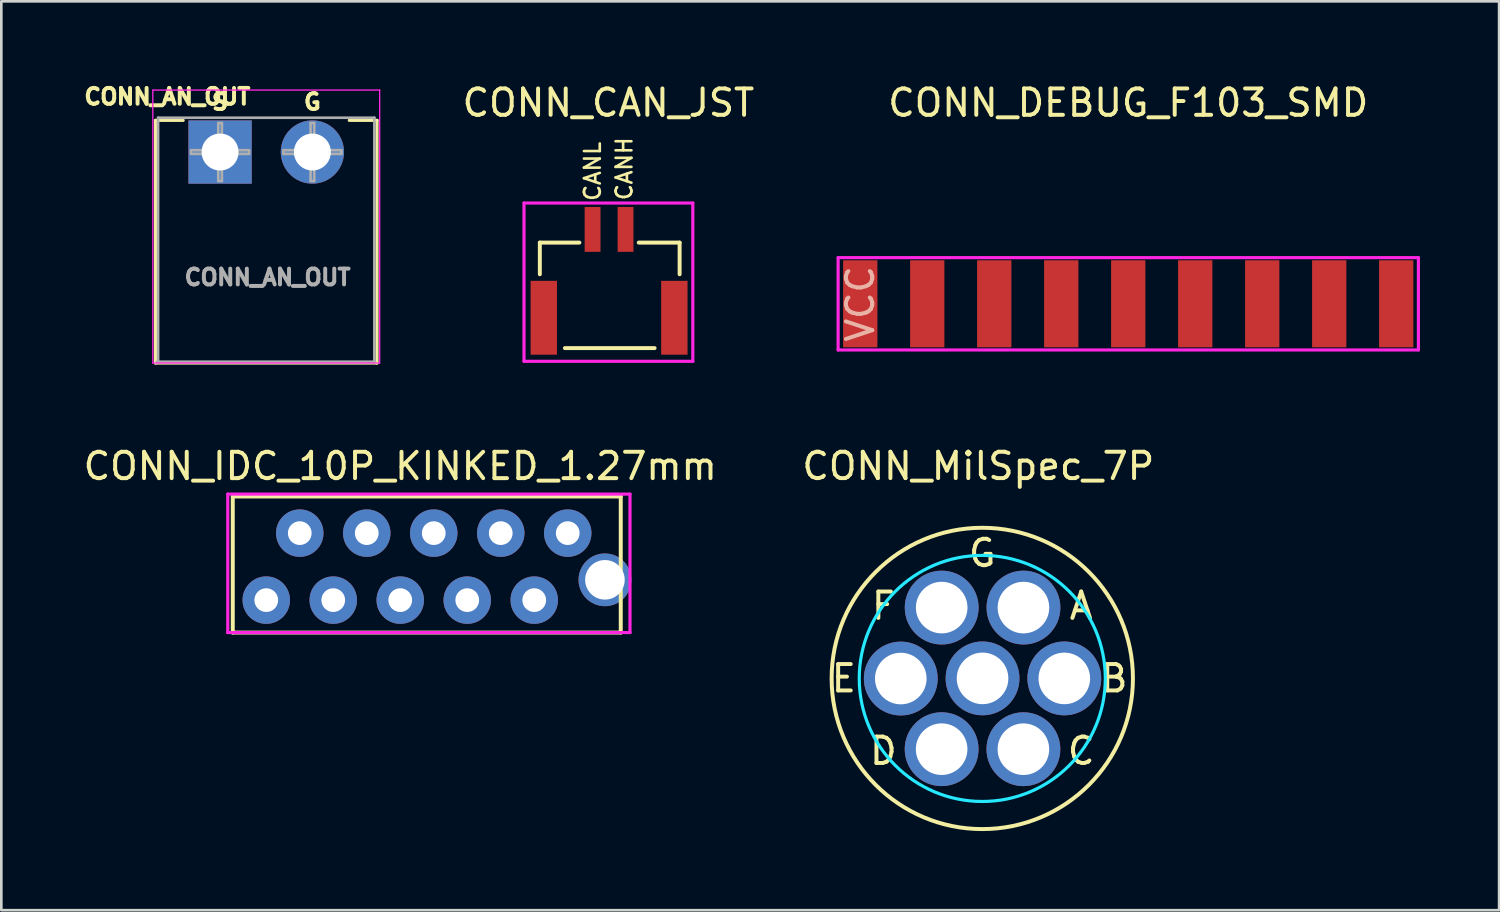
<source format=kicad_pcb>
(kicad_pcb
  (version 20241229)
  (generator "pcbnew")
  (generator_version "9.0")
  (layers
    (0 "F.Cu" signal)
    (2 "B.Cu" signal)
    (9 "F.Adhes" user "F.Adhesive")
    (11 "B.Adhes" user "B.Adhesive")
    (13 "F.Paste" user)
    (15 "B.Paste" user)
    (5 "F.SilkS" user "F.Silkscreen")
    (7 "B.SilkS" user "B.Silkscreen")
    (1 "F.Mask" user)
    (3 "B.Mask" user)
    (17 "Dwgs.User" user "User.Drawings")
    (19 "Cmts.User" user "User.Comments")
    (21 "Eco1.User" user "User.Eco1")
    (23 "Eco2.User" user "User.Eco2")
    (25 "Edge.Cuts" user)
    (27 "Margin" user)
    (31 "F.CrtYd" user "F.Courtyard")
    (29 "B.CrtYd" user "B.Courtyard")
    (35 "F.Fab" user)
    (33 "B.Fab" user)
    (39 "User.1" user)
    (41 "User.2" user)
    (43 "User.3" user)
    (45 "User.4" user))
  (footprint "CONN_CAN_JST"
    (layer "F.Cu")
    (at 20.017 8.348)
    (property "Reference" "CONN_CAN_JST" (at 0 -7.5 0) (layer "F.SilkS") (effects (font (size 1 1) (thickness 0.15))))
    (attr through_hole)
    (fp_line (start -2.6 -2.2) (end -1.1 -2.2) (stroke (width 0.15) (type solid)) (layer "F.SilkS"))
    (fp_line (start -2.6 -1) (end -2.6 -2.2) (stroke (width 0.15) (type solid)) (layer "F.SilkS"))
    (fp_line (start 1.15 -2.2) (end 2.7 -2.2) (stroke (width 0.15) (type solid)) (layer "F.SilkS"))
    (fp_line (start 1.75 1.8) (end -1.65 1.8) (stroke (width 0.15) (type solid)) (layer "F.SilkS"))
    (fp_line (start 2.7 -2.2) (end 2.7 -1) (stroke (width 0.15) (type solid)) (layer "F.SilkS"))
    (fp_line (start -3.2 -3.7) (end 3.2 -3.7) (stroke (width 0.12) (type solid)) (layer "F.CrtYd"))
    (fp_line (start -3.2 2.3) (end -3.2 -3.7) (stroke (width 0.12) (type solid)) (layer "F.CrtYd"))
    (fp_line (start 3.2 -3.7) (end 3.2 2.3) (stroke (width 0.12) (type solid)) (layer "F.CrtYd"))
    (fp_line (start 3.2 2.3) (end -3.2 2.3) (stroke (width 0.12) (type solid)) (layer "F.CrtYd"))
    (fp_text user "CANL" (at -0.6 -4.9 90) (layer "F.SilkS") (effects (font (size 0.6 0.6) (thickness 0.1))))
    (fp_text user "CANH" (at 0.6 -5 90) (layer "F.SilkS") (effects (font (size 0.6 0.6) (thickness 0.1))))
    (pad "" smd rect (at -2.45 0.65 90) (size 2.8 1) (layers "F.Cu" "F.Mask" "F.Paste"))
    (pad "" smd rect (at 2.5 0.65 90) (size 2.8 1) (layers "F.Cu" "F.Mask" "F.Paste"))
    (pad "1" smd rect (at -0.6 -2.7 90) (size 1.7 0.6) (layers "F.Cu" "F.Mask" "F.Paste"))
    (pad "2" smd rect (at 0.65 -2.7 90) (size 1.7 0.6) (layers "F.Cu" "F.Mask" "F.Paste")))
  (footprint "CONN_AN_OUT"
    (layer "F.Cu")
    (at 5.294 2.714)
    (property "Reference" "CONN_AN_OUT" (at -2 -2.1 0) (layer "F.SilkS") (effects (font (size 0.6 0.6) (thickness 0.15))))
    (attr through_hole)
    (fp_line (start -2.45 -1.2) (end -2.45 8) (stroke (width 0.12) (type solid)) (layer "F.SilkS"))
    (fp_line (start -2.45 -1.2) (end -1.4 -1.2) (stroke (width 0.12) (type solid)) (layer "F.SilkS"))
    (fp_line (start -2.45 8) (end 5.95 8) (stroke (width 0.12) (type solid)) (layer "F.SilkS"))
    (fp_line (start 4.9 -1.2) (end 5.95 -1.2) (stroke (width 0.12) (type solid)) (layer "F.SilkS"))
    (fp_line (start 5.95 -1.2) (end 5.95 8) (stroke (width 0.12) (type solid)) (layer "F.SilkS"))
    (fp_line (start -2.55 -2.35) (end -2.55 8) (stroke (width 0.05) (type solid)) (layer "F.CrtYd"))
    (fp_line (start -2.55 8) (end 6.05 8) (stroke (width 0.05) (type solid)) (layer "F.CrtYd"))
    (fp_line (start 6.05 -2.35) (end -2.55 -2.35) (stroke (width 0.05) (type solid)) (layer "F.CrtYd"))
    (fp_line (start 6.05 8) (end 6.05 -2.35) (stroke (width 0.05) (type solid)) (layer "F.CrtYd"))
    (fp_line (start -2.35 -1.3) (end 5.85 -1.3) (stroke (width 0.1) (type solid)) (layer "F.Fab"))
    (fp_line (start -2.35 7.95) (end -2.35 -1.3) (stroke (width 0.1) (type solid)) (layer "F.Fab"))
    (fp_line (start -1.1 -0.069) (end -0.069 -0.069) (stroke (width 0.1) (type solid)) (layer "F.Fab"))
    (fp_line (start -1.1 0.069) (end -1.1 -0.069) (stroke (width 0.1) (type solid)) (layer "F.Fab"))
    (fp_line (start -0.069 -1.1) (end 0.069 -1.1) (stroke (width 0.1) (type solid)) (layer "F.Fab"))
    (fp_line (start -0.069 -0.069) (end -0.069 -1.1) (stroke (width 0.1) (type solid)) (layer "F.Fab"))
    (fp_line (start -0.069 0.069) (end -1.1 0.069) (stroke (width 0.1) (type solid)) (layer "F.Fab"))
    (fp_line (start -0.069 1.1) (end -0.069 0.069) (stroke (width 0.1) (type solid)) (layer "F.Fab"))
    (fp_line (start 0.069 -1.1) (end 0.069 -0.069) (stroke (width 0.1) (type solid)) (layer "F.Fab"))
    (fp_line (start 0.069 -0.069) (end 1.1 -0.069) (stroke (width 0.1) (type solid)) (layer "F.Fab"))
    (fp_line (start 0.069 0.069) (end 0.069 1.1) (stroke (width 0.1) (type solid)) (layer "F.Fab"))
    (fp_line (start 0.069 1.1) (end -0.069 1.1) (stroke (width 0.1) (type solid)) (layer "F.Fab"))
    (fp_line (start 1.1 -0.069) (end 1.1 0.069) (stroke (width 0.1) (type solid)) (layer "F.Fab"))
    (fp_line (start 1.1 0.069) (end 0.069 0.069) (stroke (width 0.1) (type solid)) (layer "F.Fab"))
    (fp_line (start 2.4 -0.069) (end 3.431 -0.069) (stroke (width 0.1) (type solid)) (layer "F.Fab"))
    (fp_line (start 2.4 0.069) (end 2.4 -0.069) (stroke (width 0.1) (type solid)) (layer "F.Fab"))
    (fp_line (start 3.431 -1.1) (end 3.569 -1.1) (stroke (width 0.1) (type solid)) (layer "F.Fab"))
    (fp_line (start 3.431 -0.069) (end 3.431 -1.1) (stroke (width 0.1) (type solid)) (layer "F.Fab"))
    (fp_line (start 3.431 0.069) (end 2.4 0.069) (stroke (width 0.1) (type solid)) (layer "F.Fab"))
    (fp_line (start 3.431 1.1) (end 3.431 0.069) (stroke (width 0.1) (type solid)) (layer "F.Fab"))
    (fp_line (start 3.569 -1.1) (end 3.569 -0.069) (stroke (width 0.1) (type solid)) (layer "F.Fab"))
    (fp_line (start 3.569 -0.069) (end 4.6 -0.069) (stroke (width 0.1) (type solid)) (layer "F.Fab"))
    (fp_line (start 3.569 0.069) (end 3.569 1.1) (stroke (width 0.1) (type solid)) (layer "F.Fab"))
    (fp_line (start 3.569 1.1) (end 3.431 1.1) (stroke (width 0.1) (type solid)) (layer "F.Fab"))
    (fp_line (start 4.6 -0.069) (end 4.6 0.069) (stroke (width 0.1) (type solid)) (layer "F.Fab"))
    (fp_line (start 4.6 0.069) (end 3.569 0.069) (stroke (width 0.1) (type solid)) (layer "F.Fab"))
    (fp_line (start 5.85 -1.3) (end 5.85 7.95) (stroke (width 0.1) (type solid)) (layer "F.Fab"))
    (fp_line (start 5.85 7.95) (end -2.4 7.95) (stroke (width 0.1) (type solid)) (layer "F.Fab"))
    (fp_text user "G" (at 3.5 -1.9 180) (layer "F.SilkS") (effects (font (size 0.6 0.6) (thickness 0.15))))
    (fp_text user "S" (at 0 -1.9 180) (layer "F.SilkS") (effects (font (size 0.6 0.6) (thickness 0.15))))
    (fp_text user "${REFERENCE}" (at 1.8 4.75 0) (layer "F.Fab") (effects (font (size 0.6 0.6) (thickness 0.15))))
    (pad "1" thru_hole rect (at 0 0) (size 2.4 2.4) (drill 1.4) (layers "*.Cu" "*.Mask"))
    (pad "2" thru_hole circle (at 3.5 0) (size 2.4 2.4) (drill 1.4) (layers "*.Cu" "*.Mask")))
  (footprint "CONN_IDC_10P_KINKED_1.27mm"
    (layer "F.Cu")
    (at 9.585 18.433)
    (property "Reference" "CONN_IDC_10P_KINKED_1.27mm" (at 2.54 -3.81 0) (layer "F.SilkS") (effects (font (size 1 1) (thickness 0.15))))
    (attr through_hole)
    (fp_line (start -3.81 -2.66) (end 10.9 -2.66) (stroke (width 0.15) (type solid)) (layer "F.SilkS"))
    (fp_line (start -3.81 2.5) (end -3.81 -2.66) (stroke (width 0.15) (type solid)) (layer "F.SilkS"))
    (fp_line (start -3.81 2.5) (end 10.9 2.5) (stroke (width 0.15) (type solid)) (layer "F.SilkS"))
    (fp_line (start 10.9 -2.66) (end 10.9 2.5) (stroke (width 0.15) (type solid)) (layer "F.SilkS"))
    (fp_line (start -4 -2.75) (end 11.25 -2.75) (stroke (width 0.12) (type solid)) (layer "F.CrtYd"))
    (fp_line (start -4 2.5) (end -4 -2.75) (stroke (width 0.12) (type solid)) (layer "F.CrtYd"))
    (fp_line (start 11.25 -2.75) (end 11.25 2.5) (stroke (width 0.12) (type solid)) (layer "F.CrtYd"))
    (fp_line (start 11.25 2.5) (end -4 2.5) (stroke (width 0.12) (type solid)) (layer "F.CrtYd"))
    (pad "" np_thru_hole circle (at 10.3 0.5) (size 2 2) (drill 1.5) (layers "*.Cu" "*.Mask"))
    (pad "1" thru_hole circle (at 8.89 -1.27) (size 1.8 1.8) (drill 0.9) (layers "*.Cu" "*.Mask"))
    (pad "2" thru_hole circle (at 7.62 1.27) (size 1.8 1.8) (drill 0.9) (layers "*.Cu" "*.Mask"))
    (pad "3" thru_hole circle (at 6.35 -1.27) (size 1.8 1.8) (drill 0.9) (layers "*.Cu" "*.Mask"))
    (pad "4" thru_hole circle (at 5.08 1.27) (size 1.8 1.8) (drill 0.9) (layers "*.Cu" "*.Mask"))
    (pad "5" thru_hole circle (at 3.81 -1.27) (size 1.8 1.8) (drill 0.9) (layers "*.Cu" "*.Mask"))
    (pad "6" thru_hole circle (at 2.54 1.27) (size 1.8 1.8) (drill 0.9) (layers "*.Cu" "*.Mask"))
    (pad "7" thru_hole circle (at 1.27 -1.27) (size 1.8 1.8) (drill 0.9) (layers "*.Cu" "*.Mask"))
    (pad "8" thru_hole circle (at 0 1.27) (size 1.8 1.8) (drill 0.9) (layers "*.Cu" "*.Mask"))
    (pad "9" thru_hole circle (at -1.27 -1.27) (size 1.8 1.8) (drill 0.9) (layers "*.Cu" "*.Mask"))
    (pad "10" thru_hole circle (at -2.54 1.27) (size 1.8 1.8) (drill 0.9) (layers "*.Cu" "*.Mask")))
  (footprint "CONN_DEBUG_F103_SMD"
    (layer "F.Cu")
    (at 39.726 8.468)
    (property "Reference" "CONN_DEBUG_F103_SMD" (at 0 -7.62 0) (layer "F.SilkS") (effects (font (size 1 1) (thickness 0.15))))
    (attr through_hole)
    (fp_line (start -11 -1.75) (end 11 -1.75) (stroke (width 0.12) (type solid)) (layer "F.CrtYd"))
    (fp_line (start -11 1.75) (end -11 -1.75) (stroke (width 0.12) (type solid)) (layer "F.CrtYd"))
    (fp_line (start 11 -1.75) (end 11 1.75) (stroke (width 0.12) (type solid)) (layer "F.CrtYd"))
    (fp_line (start 11 1.75) (end -11 1.75) (stroke (width 0.12) (type solid)) (layer "F.CrtYd"))
    (fp_text user "VCC" (at -10.16 0 90) (layer "B.SilkS") (effects (font (size 1 1) (thickness 0.15))))
    (pad "1" smd rect (at -10.16 0) (size 1.3 3.3) (layers "F.Cu" "F.Mask" "F.Paste"))
    (pad "2" smd rect (at -7.62 0) (size 1.3 3.3) (layers "F.Cu" "F.Mask" "F.Paste"))
    (pad "3" smd rect (at -5.08 0) (size 1.3 3.3) (layers "F.Cu" "F.Mask" "F.Paste"))
    (pad "4" smd rect (at -2.54 0) (size 1.3 3.3) (layers "F.Cu" "F.Mask" "F.Paste"))
    (pad "5" smd rect (at 0 0) (size 1.3 3.3) (layers "F.Cu" "F.Mask" "F.Paste"))
    (pad "6" smd rect (at 2.54 0) (size 1.3 3.3) (layers "F.Cu" "F.Mask" "F.Paste"))
    (pad "7" smd rect (at 5.08 0) (size 1.3 3.3) (layers "F.Cu" "F.Mask" "F.Paste"))
    (pad "8" smd rect (at 7.62 0) (size 1.3 3.3) (layers "F.Cu" "F.Mask" "F.Paste"))
    (pad "9" smd rect (at 10.16 0) (size 1.3 3.3) (layers "F.Cu" "F.Mask" "F.Paste")))
  (footprint "CONN_MilSpec_7P"
    (layer "F.Cu")
    (at 34.192 22.672)
    (property "Reference" "CONN_MilSpec_7P" (at -0.15 -8.05 0) (layer "F.SilkS") (effects (font (size 1 1) (thickness 0.15))))
    (attr through_hole)
    (fp_circle (center 0 0) (end 2.25 -5.25) (stroke (width 0.15) (type solid)) (fill no) (layer "F.SilkS"))
    (fp_circle (center -3.09 0.004) (end -2.518 0.004) (stroke (width 0.2) (type solid)) (fill no) (layer "Dwgs.User"))
    (fp_circle (center -1.541 2.682) (end -0.969 2.682) (stroke (width 0.2) (type solid)) (fill no) (layer "Dwgs.User"))
    (fp_circle (center -1.539 -2.687) (end -0.968 -2.687) (stroke (width 0.2) (type solid)) (fill no) (layer "Dwgs.User"))
    (fp_circle (center 0.01 -0.002) (end 0.582 -0.002) (stroke (width 0.2) (type solid)) (fill no) (layer "Dwgs.User"))
    (fp_circle (center 1.559 2.683) (end 2.131 2.683) (stroke (width 0.2) (type solid)) (fill no) (layer "Dwgs.User"))
    (fp_circle (center 1.561 -2.686) (end 2.132 -2.686) (stroke (width 0.2) (type solid)) (fill no) (layer "Dwgs.User"))
    (fp_circle (center 3.11 -0.001) (end 3.682 -0.001) (stroke (width 0.2) (type solid)) (fill no) (layer "Dwgs.User"))
    (fp_circle (center 0 0) (end 4 2.4) (stroke (width 0.12) (type solid)) (fill no) (layer "B.CrtYd"))
    (fp_text user "C" (at 3.75 2.75 0) (layer "F.SilkS") (effects (font (size 1 1) (thickness 0.15))))
    (fp_text user "D" (at -3.75 2.75 0) (layer "F.SilkS") (effects (font (size 1 1) (thickness 0.15))))
    (fp_text user "B" (at 5 0 0) (layer "F.SilkS") (effects (font (size 1 1) (thickness 0.15))))
    (fp_text user "F" (at -3.75 -2.75 0) (layer "F.SilkS") (effects (font (size 1 1) (thickness 0.15))))
    (fp_text user "G" (at 0 -4.75 0) (layer "F.SilkS") (effects (font (size 1 1) (thickness 0.15))))
    (fp_text user "E" (at -5.25 0 0) (layer "F.SilkS") (effects (font (size 1 1) (thickness 0.15))))
    (fp_text user "A" (at 3.75 -2.75 0) (layer "F.SilkS") (effects (font (size 1 1) (thickness 0.15))))
    (pad "A" thru_hole circle (at 1.561 -2.686) (size 2.8 2.8) (drill 1.956) (layers "*.Cu" "*.Mask"))
    (pad "B" thru_hole circle (at 3.11 -0.001) (size 2.8 2.8) (drill 1.956) (layers "*.Cu" "*.Mask"))
    (pad "C" thru_hole circle (at 1.559 2.683) (size 2.8 2.8) (drill 1.956) (layers "*.Cu" "*.Mask"))
    (pad "D" thru_hole circle (at -1.541 2.682) (size 2.8 2.8) (drill 1.956) (layers "*.Cu" "*.Mask"))
    (pad "E" thru_hole circle (at -3.09 0.004) (size 2.8 2.8) (drill 1.956) (layers "*.Cu" "*.Mask"))
    (pad "F" thru_hole circle (at -1.539 -2.686) (size 2.8 2.8) (drill 1.956) (layers "*.Cu" "*.Mask"))
    (pad "G" thru_hole circle (at 0.01 -0.002) (size 2.8 2.8) (drill 1.956) (layers "*.Cu" "*.Mask")))
  (gr_rect
    (start -3 -3)
    (end 53.786 31.459)
    (stroke (width 0.1) (type default))
    (fill no)
    (layer "Edge.Cuts")))
</source>
